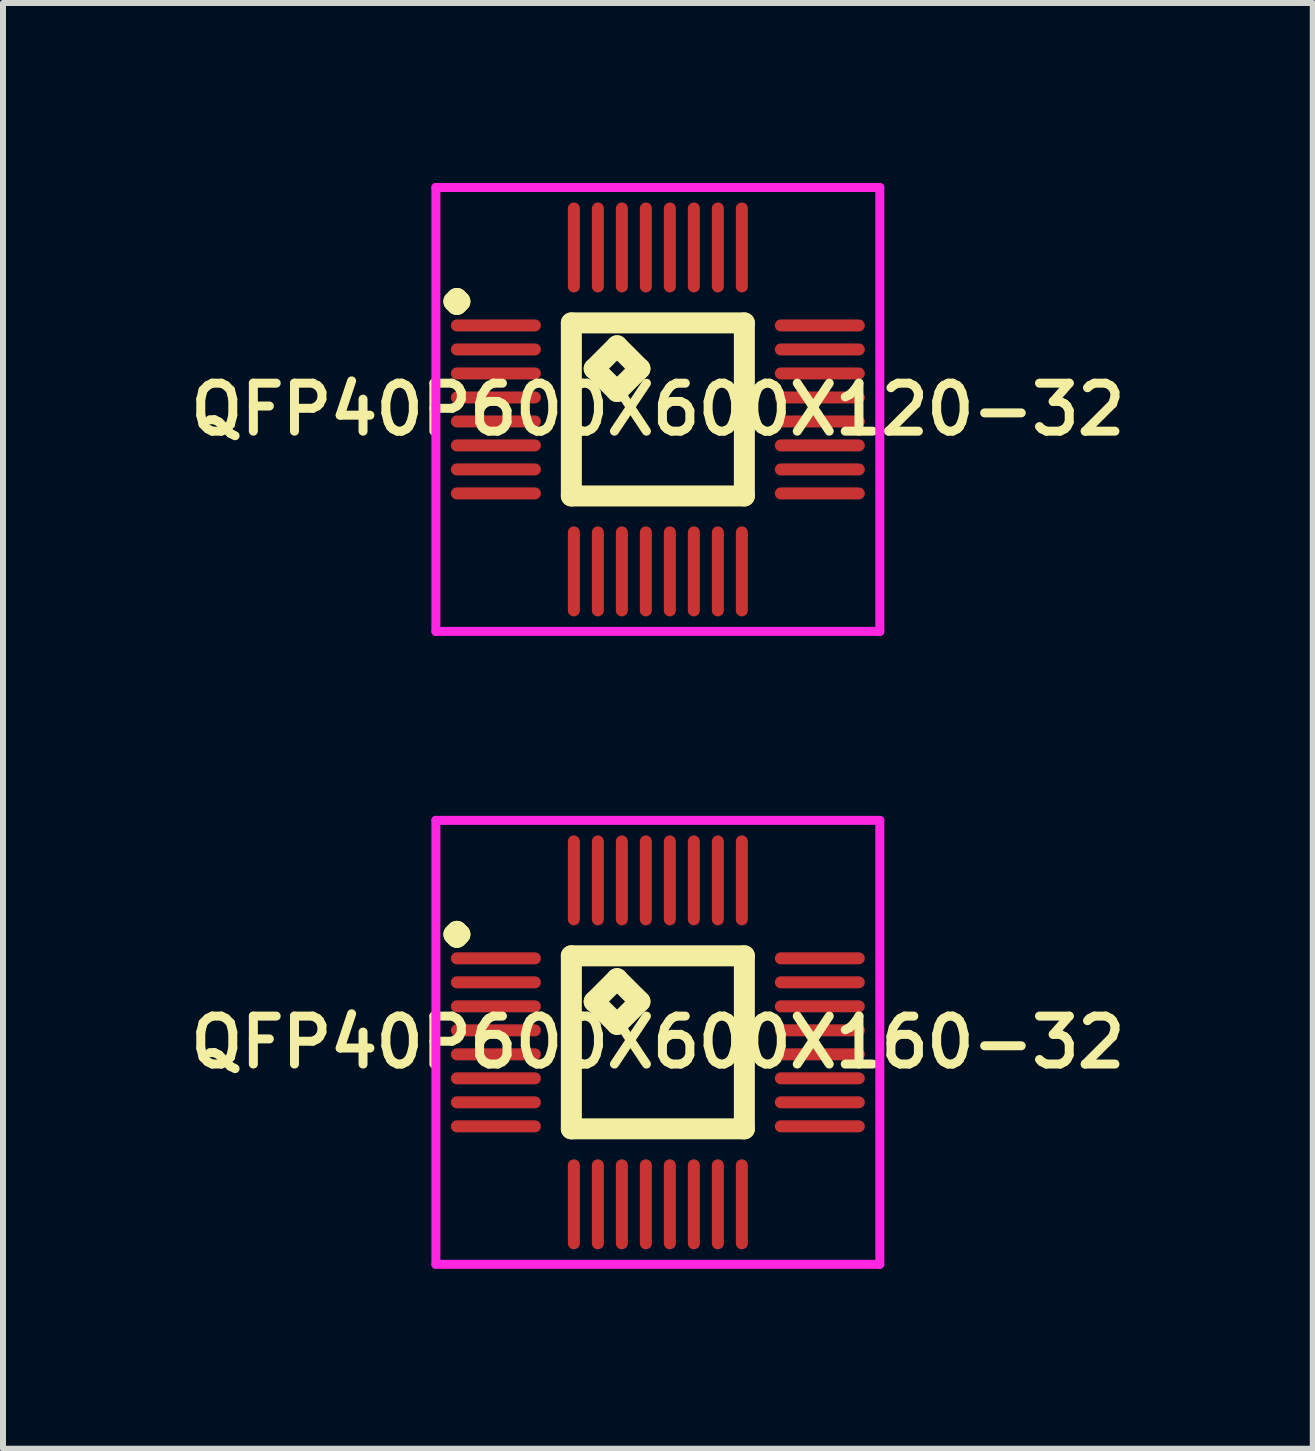
<source format=kicad_pcb>
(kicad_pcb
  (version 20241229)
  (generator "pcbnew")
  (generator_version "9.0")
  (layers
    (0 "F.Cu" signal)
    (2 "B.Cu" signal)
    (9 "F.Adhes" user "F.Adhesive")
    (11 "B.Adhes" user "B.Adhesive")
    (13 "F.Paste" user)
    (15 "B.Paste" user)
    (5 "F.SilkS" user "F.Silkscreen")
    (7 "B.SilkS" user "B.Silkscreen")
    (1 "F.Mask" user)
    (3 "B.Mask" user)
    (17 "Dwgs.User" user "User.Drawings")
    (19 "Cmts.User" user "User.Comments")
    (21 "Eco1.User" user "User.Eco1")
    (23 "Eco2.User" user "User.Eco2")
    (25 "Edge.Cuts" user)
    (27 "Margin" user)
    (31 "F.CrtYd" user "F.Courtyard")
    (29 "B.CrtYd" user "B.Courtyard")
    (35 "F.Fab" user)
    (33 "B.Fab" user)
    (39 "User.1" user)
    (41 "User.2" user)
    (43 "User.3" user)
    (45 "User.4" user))
  (footprint "QFP40P600X600X160-32"
    (layer "F.Cu")
    (at 7.916 14.325)
    (property "Reference" "QFP40P600X600X160-32" (at 0 0 0) (layer "F.SilkS") (effects (font (size 0.8 0.8) (thickness 0.15))))
    (attr smd)
    (fp_line (start -3.4 -1.8) (end -3.35 -1.85) (stroke (width 0.35) (type solid)) (layer "F.SilkS"))
    (fp_line (start -3.35 -1.85) (end -3.3 -1.8) (stroke (width 0.35) (type solid)) (layer "F.SilkS"))
    (fp_line (start -3.35 -1.75) (end -3.4 -1.8) (stroke (width 0.35) (type solid)) (layer "F.SilkS"))
    (fp_line (start -3.3 -1.8) (end -3.35 -1.75) (stroke (width 0.35) (type solid)) (layer "F.SilkS"))
    (fp_line (start -1.442 -1.442) (end -1.442 1.442) (stroke (width 0.35) (type solid)) (layer "F.SilkS"))
    (fp_line (start -1.442 1.442) (end 1.442 1.442) (stroke (width 0.35) (type solid)) (layer "F.SilkS"))
    (fp_line (start -1.061 -0.68) (end -0.68 -1.061) (stroke (width 0.35) (type solid)) (layer "F.SilkS"))
    (fp_line (start -0.68 -1.061) (end -0.299 -0.68) (stroke (width 0.35) (type solid)) (layer "F.SilkS"))
    (fp_line (start -0.68 -0.299) (end -1.061 -0.68) (stroke (width 0.35) (type solid)) (layer "F.SilkS"))
    (fp_line (start -0.299 -0.68) (end -0.68 -0.299) (stroke (width 0.35) (type solid)) (layer "F.SilkS"))
    (fp_line (start 1.442 -1.442) (end -1.442 -1.442) (stroke (width 0.35) (type solid)) (layer "F.SilkS"))
    (fp_line (start 1.442 1.442) (end 1.442 -1.442) (stroke (width 0.35) (type solid)) (layer "F.SilkS"))
    (fp_line (start -3.7 -3.7) (end 3.7 -3.7) (stroke (width 0.15) (type solid)) (layer "F.CrtYd"))
    (fp_line (start -3.7 3.7) (end -3.7 -3.7) (stroke (width 0.15) (type solid)) (layer "F.CrtYd"))
    (fp_line (start 3.7 -3.7) (end 3.7 3.7) (stroke (width 0.15) (type solid)) (layer "F.CrtYd"))
    (fp_line (start 3.7 3.7) (end -3.7 3.7) (stroke (width 0.15) (type solid)) (layer "F.CrtYd"))
    (pad "1" smd oval (at -2.7 -1.4) (size 1.5 0.2) (layers "F.Cu" "F.Mask" "F.Paste"))
    (pad "2" smd oval (at -2.7 -1) (size 1.5 0.2) (layers "F.Cu" "F.Mask" "F.Paste"))
    (pad "3" smd oval (at -2.7 -0.6) (size 1.5 0.2) (layers "F.Cu" "F.Mask" "F.Paste"))
    (pad "4" smd oval (at -2.7 -0.2) (size 1.5 0.2) (layers "F.Cu" "F.Mask" "F.Paste"))
    (pad "5" smd oval (at -2.7 0.2) (size 1.5 0.2) (layers "F.Cu" "F.Mask" "F.Paste"))
    (pad "6" smd oval (at -2.7 0.6) (size 1.5 0.2) (layers "F.Cu" "F.Mask" "F.Paste"))
    (pad "7" smd oval (at -2.7 1) (size 1.5 0.2) (layers "F.Cu" "F.Mask" "F.Paste"))
    (pad "8" smd oval (at -2.7 1.4) (size 1.5 0.2) (layers "F.Cu" "F.Mask" "F.Paste"))
    (pad "9" smd oval (at -1.4 2.7) (size 0.2 1.5) (layers "F.Cu" "F.Mask" "F.Paste"))
    (pad "10" smd oval (at -1 2.7) (size 0.2 1.5) (layers "F.Cu" "F.Mask" "F.Paste"))
    (pad "11" smd oval (at -0.6 2.7) (size 0.2 1.5) (layers "F.Cu" "F.Mask" "F.Paste"))
    (pad "12" smd oval (at -0.2 2.7) (size 0.2 1.5) (layers "F.Cu" "F.Mask" "F.Paste"))
    (pad "13" smd oval (at 0.2 2.7) (size 0.2 1.5) (layers "F.Cu" "F.Mask" "F.Paste"))
    (pad "14" smd oval (at 0.6 2.7) (size 0.2 1.5) (layers "F.Cu" "F.Mask" "F.Paste"))
    (pad "15" smd oval (at 1 2.7) (size 0.2 1.5) (layers "F.Cu" "F.Mask" "F.Paste"))
    (pad "16" smd oval (at 1.4 2.7) (size 0.2 1.5) (layers "F.Cu" "F.Mask" "F.Paste"))
    (pad "17" smd oval (at 2.7 1.4) (size 1.5 0.2) (layers "F.Cu" "F.Mask" "F.Paste"))
    (pad "18" smd oval (at 2.7 1) (size 1.5 0.2) (layers "F.Cu" "F.Mask" "F.Paste"))
    (pad "19" smd oval (at 2.7 0.6) (size 1.5 0.2) (layers "F.Cu" "F.Mask" "F.Paste"))
    (pad "20" smd oval (at 2.7 0.2) (size 1.5 0.2) (layers "F.Cu" "F.Mask" "F.Paste"))
    (pad "21" smd oval (at 2.7 -0.2) (size 1.5 0.2) (layers "F.Cu" "F.Mask" "F.Paste"))
    (pad "22" smd oval (at 2.7 -0.6) (size 1.5 0.2) (layers "F.Cu" "F.Mask" "F.Paste"))
    (pad "23" smd oval (at 2.7 -1) (size 1.5 0.2) (layers "F.Cu" "F.Mask" "F.Paste"))
    (pad "24" smd oval (at 2.7 -1.4) (size 1.5 0.2) (layers "F.Cu" "F.Mask" "F.Paste"))
    (pad "25" smd oval (at 1.4 -2.7) (size 0.2 1.5) (layers "F.Cu" "F.Mask" "F.Paste"))
    (pad "26" smd oval (at 1 -2.7) (size 0.2 1.5) (layers "F.Cu" "F.Mask" "F.Paste"))
    (pad "27" smd oval (at 0.6 -2.7) (size 0.2 1.5) (layers "F.Cu" "F.Mask" "F.Paste"))
    (pad "28" smd oval (at 0.2 -2.7) (size 0.2 1.5) (layers "F.Cu" "F.Mask" "F.Paste"))
    (pad "29" smd oval (at -0.2 -2.7) (size 0.2 1.5) (layers "F.Cu" "F.Mask" "F.Paste"))
    (pad "30" smd oval (at -0.6 -2.7) (size 0.2 1.5) (layers "F.Cu" "F.Mask" "F.Paste"))
    (pad "31" smd oval (at -1 -2.7) (size 0.2 1.5) (layers "F.Cu" "F.Mask" "F.Paste"))
    (pad "32" smd oval (at -1.4 -2.7) (size 0.2 1.5) (layers "F.Cu" "F.Mask" "F.Paste")))
  (footprint "QFP40P600X600X120-32"
    (layer "F.Cu")
    (at 7.916 3.775)
    (property "Reference" "QFP40P600X600X120-32" (at 0 0 0) (layer "F.SilkS") (effects (font (size 0.8 0.8) (thickness 0.15))))
    (attr through_hole)
    (fp_line (start -3.4 -1.8) (end -3.35 -1.85) (stroke (width 0.35) (type solid)) (layer "F.SilkS"))
    (fp_line (start -3.35 -1.85) (end -3.3 -1.8) (stroke (width 0.35) (type solid)) (layer "F.SilkS"))
    (fp_line (start -3.35 -1.75) (end -3.4 -1.8) (stroke (width 0.35) (type solid)) (layer "F.SilkS"))
    (fp_line (start -3.3 -1.8) (end -3.35 -1.75) (stroke (width 0.35) (type solid)) (layer "F.SilkS"))
    (fp_line (start -1.442 -1.442) (end -1.442 1.442) (stroke (width 0.35) (type solid)) (layer "F.SilkS"))
    (fp_line (start -1.442 1.442) (end 1.442 1.442) (stroke (width 0.35) (type solid)) (layer "F.SilkS"))
    (fp_line (start -1.061 -0.68) (end -0.68 -1.061) (stroke (width 0.35) (type solid)) (layer "F.SilkS"))
    (fp_line (start -0.68 -1.061) (end -0.299 -0.68) (stroke (width 0.35) (type solid)) (layer "F.SilkS"))
    (fp_line (start -0.68 -0.299) (end -1.061 -0.68) (stroke (width 0.35) (type solid)) (layer "F.SilkS"))
    (fp_line (start -0.299 -0.68) (end -0.68 -0.299) (stroke (width 0.35) (type solid)) (layer "F.SilkS"))
    (fp_line (start 1.442 -1.442) (end -1.442 -1.442) (stroke (width 0.35) (type solid)) (layer "F.SilkS"))
    (fp_line (start 1.442 1.442) (end 1.442 -1.442) (stroke (width 0.35) (type solid)) (layer "F.SilkS"))
    (fp_line (start -3.7 -3.7) (end 3.7 -3.7) (stroke (width 0.15) (type solid)) (layer "F.CrtYd"))
    (fp_line (start -3.7 3.7) (end -3.7 -3.7) (stroke (width 0.15) (type solid)) (layer "F.CrtYd"))
    (fp_line (start 3.7 -3.7) (end 3.7 3.7) (stroke (width 0.15) (type solid)) (layer "F.CrtYd"))
    (fp_line (start 3.7 3.7) (end -3.7 3.7) (stroke (width 0.15) (type solid)) (layer "F.CrtYd"))
    (pad "1" smd oval (at -2.7 -1.4) (size 1.5 0.2) (layers "F.Cu" "F.Mask" "F.Paste"))
    (pad "2" smd oval (at -2.7 -1) (size 1.5 0.2) (layers "F.Cu" "F.Mask" "F.Paste"))
    (pad "3" smd oval (at -2.7 -0.6) (size 1.5 0.2) (layers "F.Cu" "F.Mask" "F.Paste"))
    (pad "4" smd oval (at -2.7 -0.2) (size 1.5 0.2) (layers "F.Cu" "F.Mask" "F.Paste"))
    (pad "5" smd oval (at -2.7 0.2) (size 1.5 0.2) (layers "F.Cu" "F.Mask" "F.Paste"))
    (pad "6" smd oval (at -2.7 0.6) (size 1.5 0.2) (layers "F.Cu" "F.Mask" "F.Paste"))
    (pad "7" smd oval (at -2.7 1) (size 1.5 0.2) (layers "F.Cu" "F.Mask" "F.Paste"))
    (pad "8" smd oval (at -2.7 1.4) (size 1.5 0.2) (layers "F.Cu" "F.Mask" "F.Paste"))
    (pad "9" smd oval (at -1.4 2.7) (size 0.2 1.5) (layers "F.Cu" "F.Mask" "F.Paste"))
    (pad "10" smd oval (at -1 2.7) (size 0.2 1.5) (layers "F.Cu" "F.Mask" "F.Paste"))
    (pad "11" smd oval (at -0.6 2.7) (size 0.2 1.5) (layers "F.Cu" "F.Mask" "F.Paste"))
    (pad "12" smd oval (at -0.2 2.7) (size 0.2 1.5) (layers "F.Cu" "F.Mask" "F.Paste"))
    (pad "13" smd oval (at 0.2 2.7) (size 0.2 1.5) (layers "F.Cu" "F.Mask" "F.Paste"))
    (pad "14" smd oval (at 0.6 2.7) (size 0.2 1.5) (layers "F.Cu" "F.Mask" "F.Paste"))
    (pad "15" smd oval (at 1 2.7) (size 0.2 1.5) (layers "F.Cu" "F.Mask" "F.Paste"))
    (pad "16" smd oval (at 1.4 2.7) (size 0.2 1.5) (layers "F.Cu" "F.Mask" "F.Paste"))
    (pad "17" smd oval (at 2.7 1.4) (size 1.5 0.2) (layers "F.Cu" "F.Mask" "F.Paste"))
    (pad "18" smd oval (at 2.7 1) (size 1.5 0.2) (layers "F.Cu" "F.Mask" "F.Paste"))
    (pad "19" smd oval (at 2.7 0.6) (size 1.5 0.2) (layers "F.Cu" "F.Mask" "F.Paste"))
    (pad "20" smd oval (at 2.7 0.2) (size 1.5 0.2) (layers "F.Cu" "F.Mask" "F.Paste"))
    (pad "21" smd oval (at 2.7 -0.2) (size 1.5 0.2) (layers "F.Cu" "F.Mask" "F.Paste"))
    (pad "22" smd oval (at 2.7 -0.6) (size 1.5 0.2) (layers "F.Cu" "F.Mask" "F.Paste"))
    (pad "23" smd oval (at 2.7 -1) (size 1.5 0.2) (layers "F.Cu" "F.Mask" "F.Paste"))
    (pad "24" smd oval (at 2.7 -1.4) (size 1.5 0.2) (layers "F.Cu" "F.Mask" "F.Paste"))
    (pad "25" smd oval (at 1.4 -2.7) (size 0.2 1.5) (layers "F.Cu" "F.Mask" "F.Paste"))
    (pad "26" smd oval (at 1 -2.7) (size 0.2 1.5) (layers "F.Cu" "F.Mask" "F.Paste"))
    (pad "27" smd oval (at 0.6 -2.7) (size 0.2 1.5) (layers "F.Cu" "F.Mask" "F.Paste"))
    (pad "28" smd oval (at 0.2 -2.7) (size 0.2 1.5) (layers "F.Cu" "F.Mask" "F.Paste"))
    (pad "29" smd oval (at -0.2 -2.7) (size 0.2 1.5) (layers "F.Cu" "F.Mask" "F.Paste"))
    (pad "30" smd oval (at -0.6 -2.7) (size 0.2 1.5) (layers "F.Cu" "F.Mask" "F.Paste"))
    (pad "31" smd oval (at -1 -2.7) (size 0.2 1.5) (layers "F.Cu" "F.Mask" "F.Paste"))
    (pad "32" smd oval (at -1.4 -2.7) (size 0.2 1.5) (layers "F.Cu" "F.Mask" "F.Paste")))
  (gr_rect
    (start -3 -3)
    (end 18.833 21.1)
    (stroke (width 0.1) (type default))
    (fill no)
    (layer "Edge.Cuts")))
</source>
